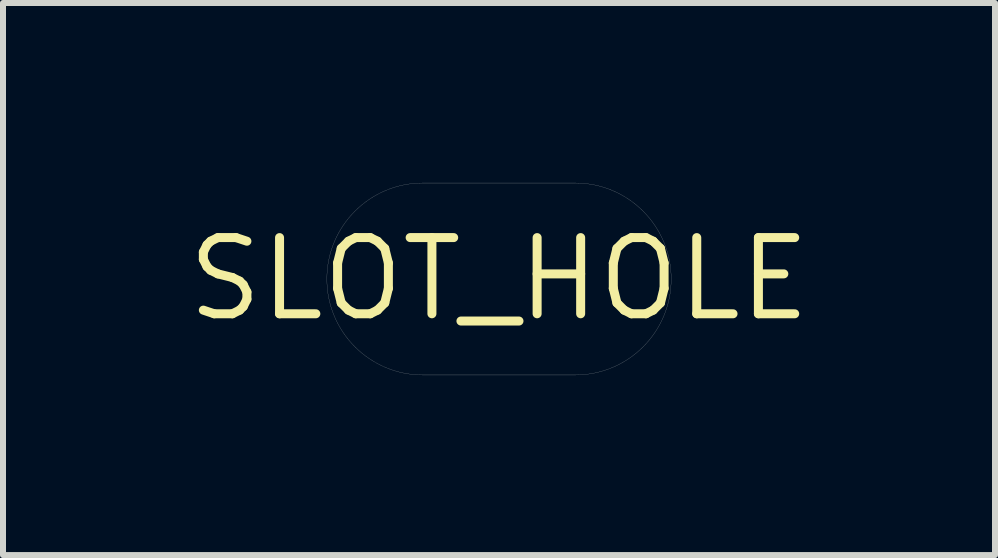
<source format=kicad_pcb>
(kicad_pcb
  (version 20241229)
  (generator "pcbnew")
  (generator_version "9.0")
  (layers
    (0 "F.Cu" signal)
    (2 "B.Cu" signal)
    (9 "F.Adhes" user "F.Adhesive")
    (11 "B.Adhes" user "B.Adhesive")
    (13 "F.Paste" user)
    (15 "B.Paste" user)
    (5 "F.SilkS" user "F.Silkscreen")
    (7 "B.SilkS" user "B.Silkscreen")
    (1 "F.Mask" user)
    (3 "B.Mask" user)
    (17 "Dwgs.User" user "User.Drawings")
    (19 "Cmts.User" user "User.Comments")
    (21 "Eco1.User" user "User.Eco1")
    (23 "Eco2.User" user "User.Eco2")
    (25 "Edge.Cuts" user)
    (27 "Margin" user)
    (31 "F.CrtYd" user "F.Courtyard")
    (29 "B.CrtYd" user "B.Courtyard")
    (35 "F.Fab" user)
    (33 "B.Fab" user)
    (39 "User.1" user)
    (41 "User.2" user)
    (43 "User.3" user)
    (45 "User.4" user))
  (footprint "SLOT_HOLE"
    (layer "F.Cu")
    (at 5.269 1.601)
    (property "Reference" "SLOT_HOLE" (at 0 0 0) (layer "F.SilkS") (effects (font (size 1.27 1.27) (thickness 0.15))))
    (fp_line (start -1.27 -1.6) (end 1.27 -1.6) (stroke (width 0.003) (type solid)) (layer "Edge.Cuts"))
    (fp_line (start -1.27 1.6) (end 1.27 1.6) (stroke (width 0.003) (type solid)) (layer "Edge.Cuts"))
    (fp_arc (start -1.27 1.6) (mid -2.87 0) (end -1.27 -1.6) (stroke (width 0.00254) (type solid)) (layer "Edge.Cuts"))
    (fp_arc (start 1.27 -1.6) (mid 2.87 0) (end 1.27 1.6) (stroke (width 0.00254) (type solid)) (layer "Edge.Cuts"))
    (fp_text user "CUT OUT" (at 0 0 0) (layer "Edge.Cuts") (effects (font (size 0.701 0.701) (thickness 0.061)))))
  (gr_rect
    (start -3 -3)
    (end 13.537 6.203)
    (stroke (width 0.1) (type default))
    (fill no)
    (layer "Edge.Cuts")))
</source>
